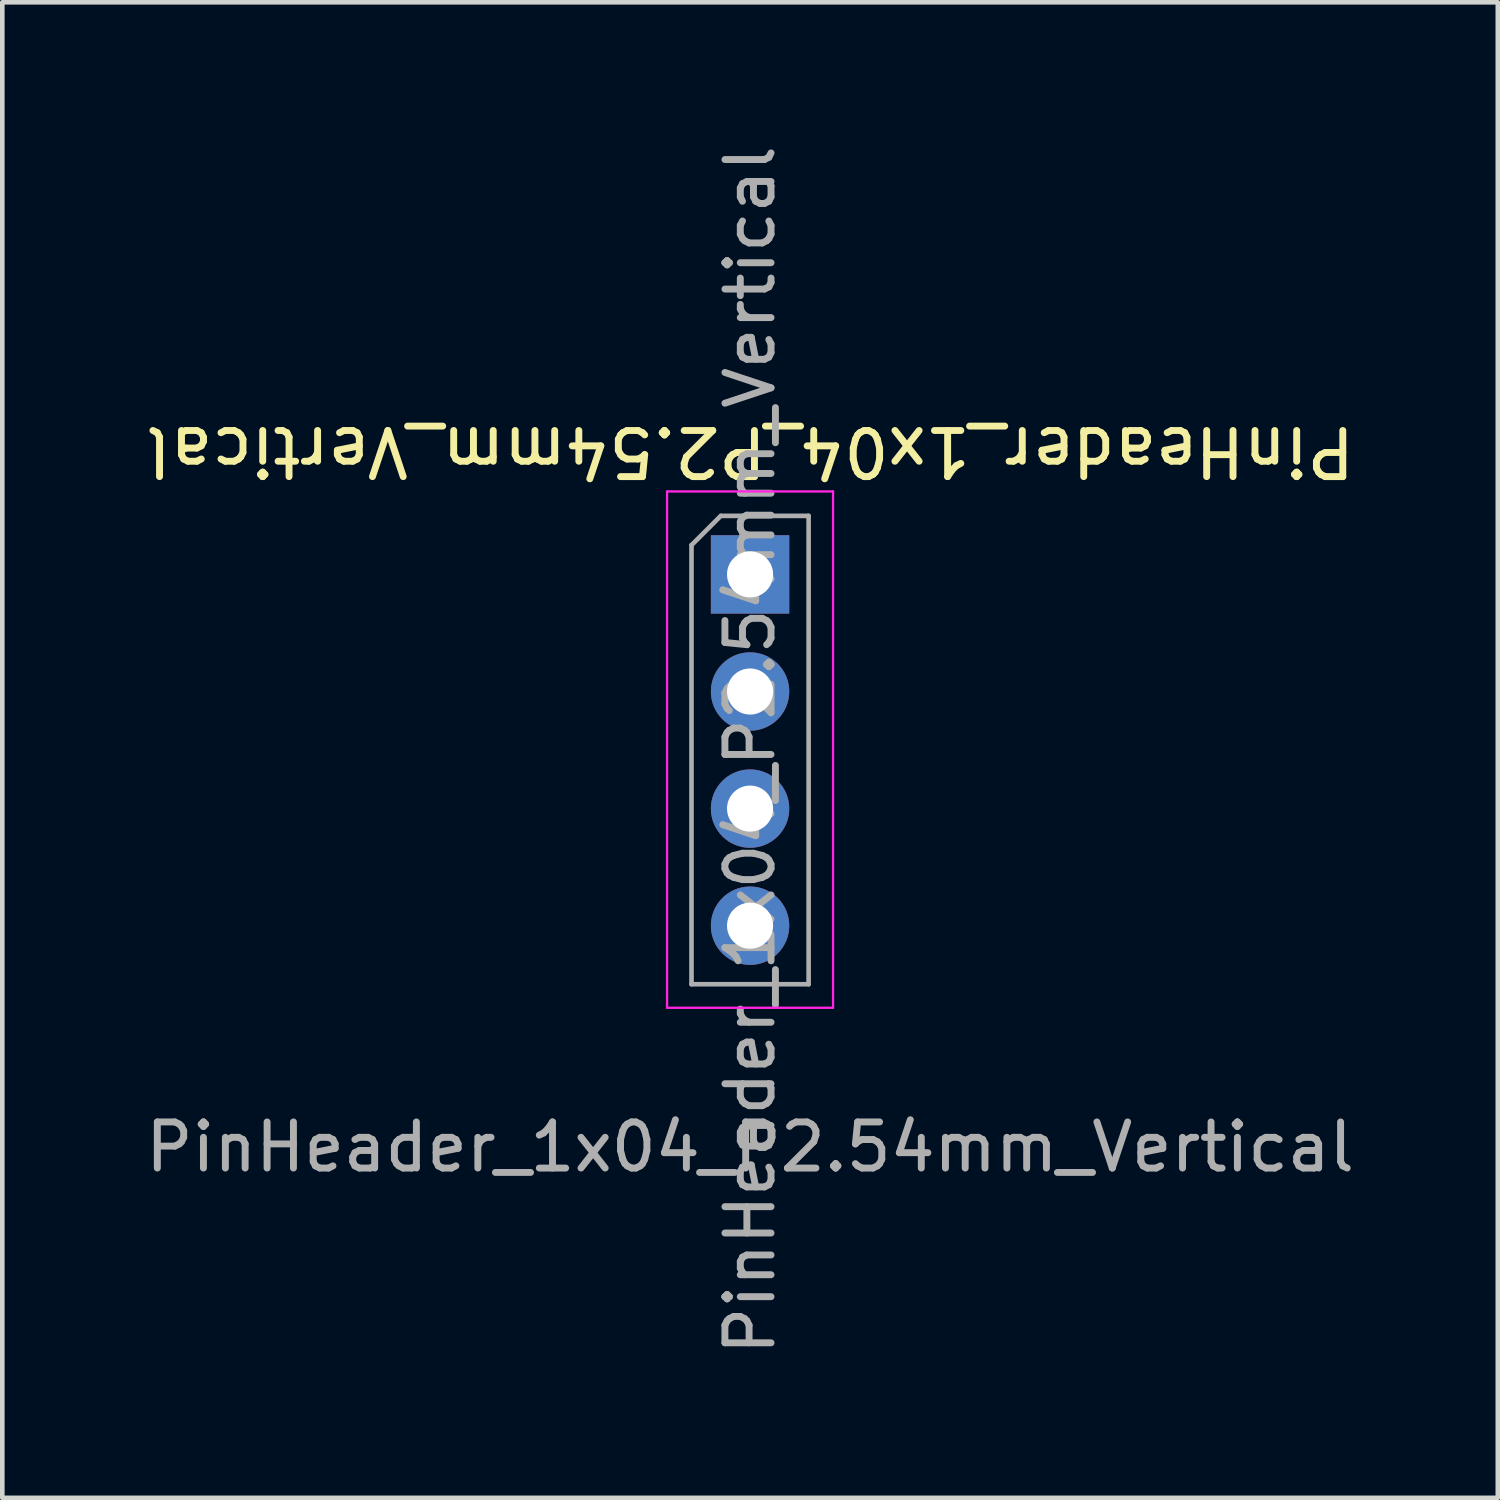
<source format=kicad_pcb>
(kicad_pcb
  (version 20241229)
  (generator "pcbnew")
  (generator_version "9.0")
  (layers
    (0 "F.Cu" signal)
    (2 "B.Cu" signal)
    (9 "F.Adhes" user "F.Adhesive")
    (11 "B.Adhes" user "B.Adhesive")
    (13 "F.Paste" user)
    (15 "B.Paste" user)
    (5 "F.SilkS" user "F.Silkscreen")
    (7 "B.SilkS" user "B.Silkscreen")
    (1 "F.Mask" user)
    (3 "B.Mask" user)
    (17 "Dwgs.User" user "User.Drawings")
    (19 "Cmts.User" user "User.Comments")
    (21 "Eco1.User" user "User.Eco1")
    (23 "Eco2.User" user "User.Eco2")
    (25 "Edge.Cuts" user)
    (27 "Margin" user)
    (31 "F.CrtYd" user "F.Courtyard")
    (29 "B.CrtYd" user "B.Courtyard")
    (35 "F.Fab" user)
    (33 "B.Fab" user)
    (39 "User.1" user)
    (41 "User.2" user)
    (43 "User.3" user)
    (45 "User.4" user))
  (footprint "PinHeader_1x04_P2.54mm_Vertical"
    (layer "F.Cu")
    (at 13.22 9.41)
    (property "Reference" "PinHeader_1x04_P2.54mm_Vertical" (at 0 -2.667 180) (unlocked yes) (layer "F.SilkS") (effects (font (size 1 1) (thickness 0.15))))
    (attr through_hole)
    (fp_line (start -1.8 -1.8) (end -1.8 9.4) (stroke (width 0.05) (type solid)) (layer "F.CrtYd"))
    (fp_line (start -1.8 9.4) (end 1.8 9.4) (stroke (width 0.05) (type solid)) (layer "F.CrtYd"))
    (fp_line (start 1.8 -1.8) (end -1.8 -1.8) (stroke (width 0.05) (type solid)) (layer "F.CrtYd"))
    (fp_line (start 1.8 9.4) (end 1.8 -1.8) (stroke (width 0.05) (type solid)) (layer "F.CrtYd"))
    (fp_line (start -1.27 -0.635) (end -0.635 -1.27) (stroke (width 0.1) (type solid)) (layer "F.Fab"))
    (fp_line (start -1.27 8.89) (end -1.27 -0.635) (stroke (width 0.1) (type solid)) (layer "F.Fab"))
    (fp_line (start -0.635 -1.27) (end 1.27 -1.27) (stroke (width 0.1) (type solid)) (layer "F.Fab"))
    (fp_line (start 1.27 -1.27) (end 1.27 8.89) (stroke (width 0.1) (type solid)) (layer "F.Fab"))
    (fp_line (start 1.27 8.89) (end -1.27 8.89) (stroke (width 0.1) (type solid)) (layer "F.Fab"))
    (fp_text user "${REFERENCE}" (at 0 12.422 0) (unlocked yes) (layer "F.Fab") (effects (font (size 1 1) (thickness 0.15))))
    (fp_text user "${REFERENCE}" (at 0 3.81 90) (layer "F.Fab") (effects (font (size 1 1) (thickness 0.15))))
    (pad "1" thru_hole rect (at 0 0) (size 1.7 1.7) (drill 1) (layers "*.Cu" "*.Mask"))
    (pad "2" thru_hole oval (at 0 2.54) (size 1.7 1.7) (drill 1) (layers "*.Cu" "*.Mask"))
    (pad "3" thru_hole oval (at 0 5.08) (size 1.7 1.7) (drill 1) (layers "*.Cu" "*.Mask"))
    (pad "4" thru_hole oval (at 0 7.62) (size 1.7 1.7) (drill 1) (layers "*.Cu" "*.Mask")))
  (gr_rect
    (start -3 -3)
    (end 29.44 29.44)
    (stroke (width 0.1) (type default))
    (fill no)
    (layer "Edge.Cuts")))
</source>
